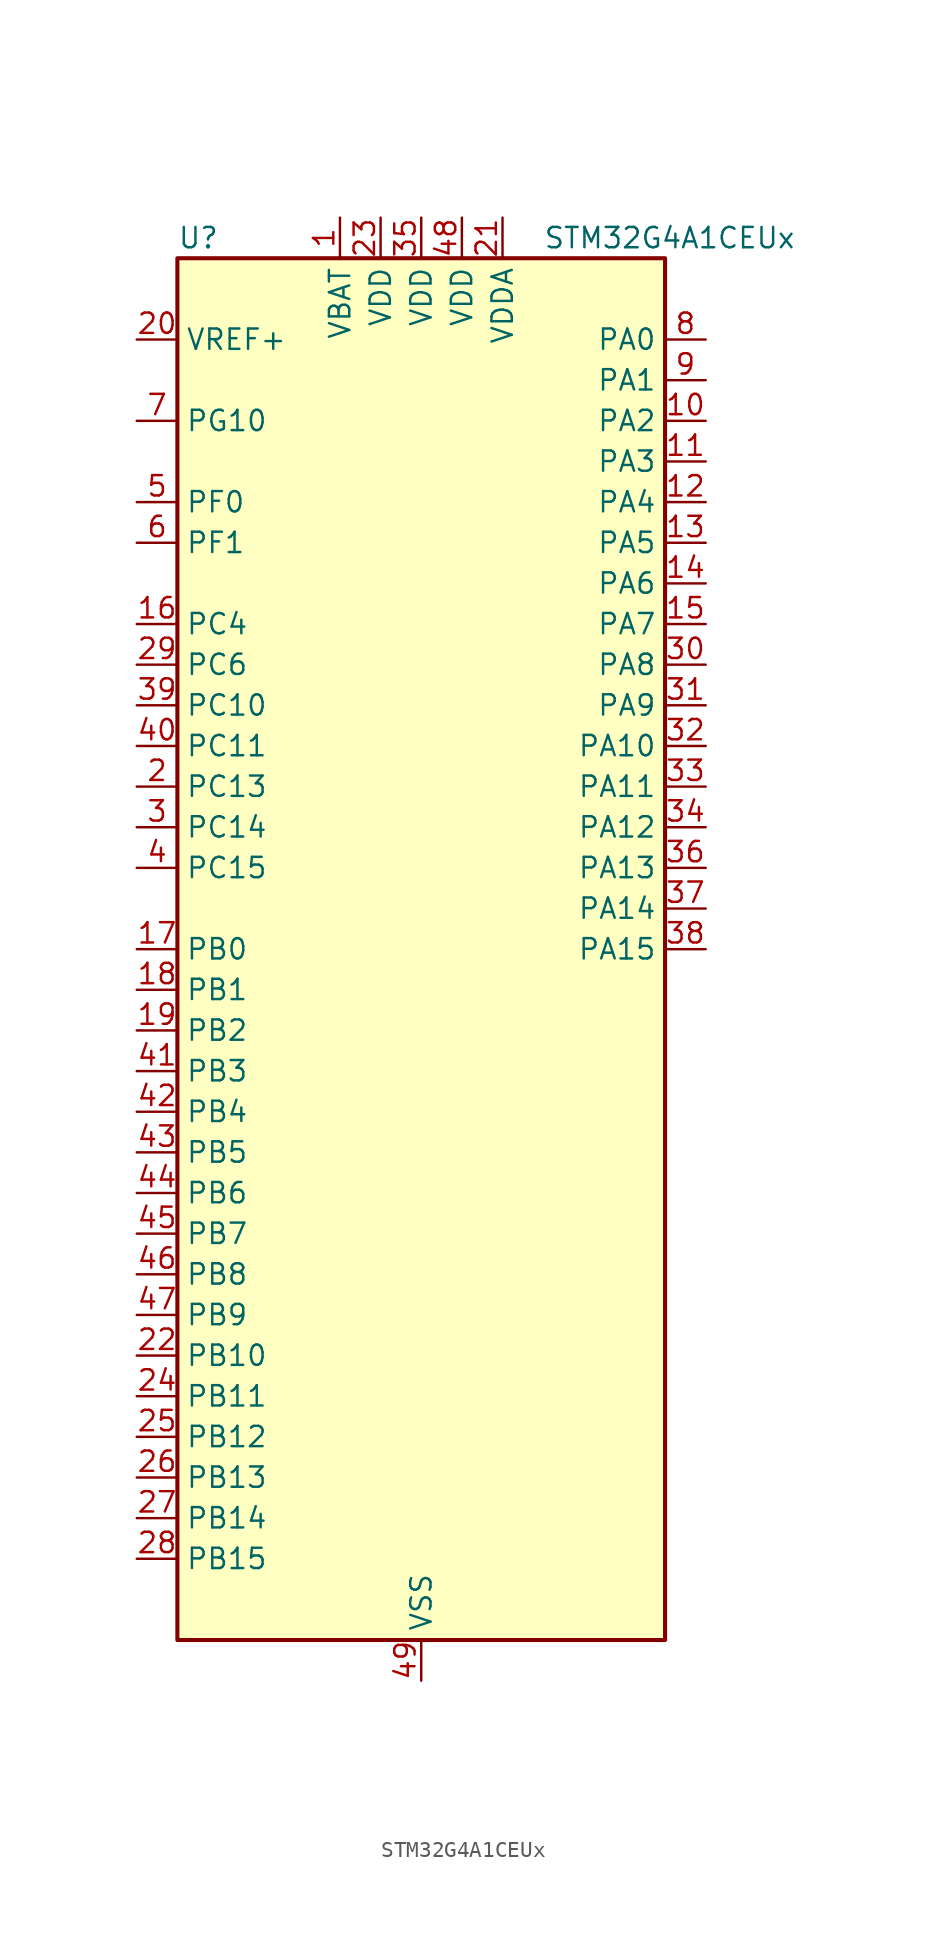
<source format=kicad_sym>
(kicad_symbol_lib
  (version 20241209)
  (generator "kicad_symbol_editor")
  (generator_version "9.0")
  (symbol "STM32G4A1CEUx"
    (property "Reference" "U"
      (at -15.24 44.45 0)
      (effects (font (size 1.27 1.27)) (justify left)))
    (property "Value" "STM32G4A1CEUx"
      (at 7.62 44.45 0)
      (effects (font (size 1.27 1.27)) (justify left)))
    (symbol "STM32G4A1CEUx_0_1"
      (rectangle (start -15.24 -43.18) (end 15.24 43.18) (stroke (width 0.254) (type default)) (fill (type background))))
    (symbol "STM32G4A1CEUx_1_1"
      (pin input line (at -17.78 38.1 0) (length 2.54) (name "VREF+" (effects (font (size 1.27 1.27)))) (number "20" (effects (font (size 1.27 1.27)))) (alternate "VREFBUF_OUT" bidirectional line))
      (pin bidirectional line (at -17.78 33.02 0) (length 2.54) (name "PG10" (effects (font (size 1.27 1.27)))) (number "7" (effects (font (size 1.27 1.27)))) (alternate "DAC1_EXTI10" bidirectional line) (alternate "DAC3_EXTI10" bidirectional line) (alternate "RCC_MCO" bidirectional line))
      (pin bidirectional line (at -17.78 27.94 0) (length 2.54) (name "PF0" (effects (font (size 1.27 1.27)))) (number "5" (effects (font (size 1.27 1.27)))) (alternate "ADC1_IN10" bidirectional line) (alternate "I2C2_SDA" bidirectional line) (alternate "I2S2_WS" bidirectional line) (alternate "RCC_OSC_IN" bidirectional line) (alternate "SPI2_NSS" bidirectional line) (alternate "TIM1_CH3N" bidirectional line))
      (pin bidirectional line (at -17.78 25.4 0) (length 2.54) (name "PF1" (effects (font (size 1.27 1.27)))) (number "6" (effects (font (size 1.27 1.27)))) (alternate "ADC2_IN10" bidirectional line) (alternate "COMP3_INM" bidirectional line) (alternate "I2S2_CK" bidirectional line) (alternate "RCC_OSC_OUT" bidirectional line) (alternate "SPI2_SCK" bidirectional line))
      (pin bidirectional line (at -17.78 20.32 0) (length 2.54) (name "PC4" (effects (font (size 1.27 1.27)))) (number "16" (effects (font (size 1.27 1.27)))) (alternate "ADC2_IN5" bidirectional line) (alternate "I2C2_SCL" bidirectional line) (alternate "QUADSPI1_BK2_IO3" bidirectional line) (alternate "TIM1_ETR" bidirectional line) (alternate "USART1_TX" bidirectional line))
      (pin bidirectional line (at -17.78 17.78 0) (length 2.54) (name "PC6" (effects (font (size 1.27 1.27)))) (number "29" (effects (font (size 1.27 1.27)))) (alternate "I2S2_MCK" bidirectional line) (alternate "TIM3_CH1" bidirectional line) (alternate "TIM8_CH1" bidirectional line))
      (pin bidirectional line (at -17.78 15.24 0) (length 2.54) (name "PC10" (effects (font (size 1.27 1.27)))) (number "39" (effects (font (size 1.27 1.27)))) (alternate "DAC1_EXTI10" bidirectional line) (alternate "DAC3_EXTI10" bidirectional line) (alternate "I2S3_CK" bidirectional line) (alternate "SPI3_SCK" bidirectional line) (alternate "TIM8_CH1N" bidirectional line) (alternate "USART3_TX" bidirectional line))
      (pin bidirectional line (at -17.78 12.7 0) (length 2.54) (name "PC11" (effects (font (size 1.27 1.27)))) (number "40" (effects (font (size 1.27 1.27)))) (alternate "ADC1_EXTI11" bidirectional line) (alternate "ADC2_EXTI11" bidirectional line) (alternate "I2C3_SDA" bidirectional line) (alternate "SPI3_MISO" bidirectional line) (alternate "TIM8_CH2N" bidirectional line) (alternate "USART3_RX" bidirectional line))
      (pin bidirectional line (at -17.78 10.16 0) (length 2.54) (name "PC13" (effects (font (size 1.27 1.27)))) (number "2" (effects (font (size 1.27 1.27)))) (alternate "RTC_OUT1" bidirectional line) (alternate "RTC_TAMP1" bidirectional line) (alternate "RTC_TS" bidirectional line) (alternate "SYS_WKUP2" bidirectional line) (alternate "TIM1_BKIN" bidirectional line) (alternate "TIM1_CH1N" bidirectional line) (alternate "TIM8_CH4N" bidirectional line))
      (pin bidirectional line (at -17.78 7.62 0) (length 2.54) (name "PC14" (effects (font (size 1.27 1.27)))) (number "3" (effects (font (size 1.27 1.27)))) (alternate "RCC_OSC32_IN" bidirectional line))
      (pin bidirectional line (at -17.78 5.08 0) (length 2.54) (name "PC15" (effects (font (size 1.27 1.27)))) (number "4" (effects (font (size 1.27 1.27)))) (alternate "ADC1_EXTI15" bidirectional line) (alternate "ADC2_EXTI15" bidirectional line) (alternate "RCC_OSC32_OUT" bidirectional line))
      (pin bidirectional line (at -17.78 0 0) (length 2.54) (name "PB0" (effects (font (size 1.27 1.27)))) (number "17" (effects (font (size 1.27 1.27)))) (alternate "ADC1_IN15" bidirectional line) (alternate "ADC3_IN12" bidirectional line) (alternate "COMP4_INP" bidirectional line) (alternate "OPAMP2_VINP" bidirectional line) (alternate "OPAMP2_VINP_SEC" bidirectional line) (alternate "OPAMP3_VINP" bidirectional line) (alternate "OPAMP3_VINP_SEC" bidirectional line) (alternate "QUADSPI1_BK1_IO1" bidirectional line) (alternate "TIM1_CH2N" bidirectional line) (alternate "TIM3_CH3" bidirectional line) (alternate "TIM8_CH2N" bidirectional line) (alternate "UCPD1_FRSTX1" bidirectional line) (alternate "UCPD1_FRSTX2" bidirectional line))
      (pin bidirectional line (at -17.78 -2.54 0) (length 2.54) (name "PB1" (effects (font (size 1.27 1.27)))) (number "18" (effects (font (size 1.27 1.27)))) (alternate "ADC1_IN12" bidirectional line) (alternate "ADC3_IN1" bidirectional line) (alternate "COMP1_INP" bidirectional line) (alternate "COMP4_OUT" bidirectional line) (alternate "LPUART1_DE" bidirectional line) (alternate "LPUART1_RTS" bidirectional line) (alternate "OPAMP3_VOUT" bidirectional line) (alternate "OPAMP6_VINM" bidirectional line) (alternate "OPAMP6_VINM1" bidirectional line) (alternate "OPAMP6_VINM_SEC" bidirectional line) (alternate "QUADSPI1_BK1_IO0" bidirectional line) (alternate "TIM1_CH3N" bidirectional line) (alternate "TIM3_CH4" bidirectional line) (alternate "TIM8_CH3N" bidirectional line))
      (pin bidirectional line (at -17.78 -5.08 0) (length 2.54) (name "PB2" (effects (font (size 1.27 1.27)))) (number "19" (effects (font (size 1.27 1.27)))) (alternate "ADC2_IN12" bidirectional line) (alternate "ADC3_EXTI2" bidirectional line) (alternate "COMP4_INM" bidirectional line) (alternate "I2C3_SMBA" bidirectional line) (alternate "LPTIM1_OUT" bidirectional line) (alternate "OPAMP3_VINM" bidirectional line) (alternate "OPAMP3_VINM0" bidirectional line) (alternate "OPAMP3_VINM_SEC" bidirectional line) (alternate "QUADSPI1_BK2_IO1" bidirectional line) (alternate "RTC_OUT2" bidirectional line) (alternate "TIM20_CH1" bidirectional line))
      (pin bidirectional line (at -17.78 -7.62 0) (length 2.54) (name "PB3" (effects (font (size 1.27 1.27)))) (number "41" (effects (font (size 1.27 1.27)))) (alternate "ADC3_EXTI3" bidirectional line) (alternate "CRS_SYNC" bidirectional line) (alternate "I2S3_CK" bidirectional line) (alternate "SAI1_SCK_B" bidirectional line) (alternate "SPI1_SCK" bidirectional line) (alternate "SPI3_SCK" bidirectional line) (alternate "SYS_JTDO-SWO" bidirectional line) (alternate "TIM2_CH2" bidirectional line) (alternate "TIM3_ETR" bidirectional line) (alternate "TIM4_ETR" bidirectional line) (alternate "TIM8_CH1N" bidirectional line) (alternate "USART2_TX" bidirectional line))
      (pin bidirectional line (at -17.78 -10.16 0) (length 2.54) (name "PB4" (effects (font (size 1.27 1.27)))) (number "42" (effects (font (size 1.27 1.27)))) (alternate "SAI1_MCLK_B" bidirectional line) (alternate "SPI1_MISO" bidirectional line) (alternate "SPI3_MISO" bidirectional line) (alternate "SYS_JTRST" bidirectional line) (alternate "TIM16_CH1" bidirectional line) (alternate "TIM17_BKIN" bidirectional line) (alternate "TIM3_CH1" bidirectional line) (alternate "TIM8_CH2N" bidirectional line) (alternate "UCPD1_CC2" bidirectional line) (alternate "USART2_RX" bidirectional line))
      (pin bidirectional line (at -17.78 -12.7 0) (length 2.54) (name "PB5" (effects (font (size 1.27 1.27)))) (number "43" (effects (font (size 1.27 1.27)))) (alternate "FDCAN2_RX" bidirectional line) (alternate "I2C1_SMBA" bidirectional line) (alternate "I2C3_SDA" bidirectional line) (alternate "I2S3_SD" bidirectional line) (alternate "LPTIM1_IN1" bidirectional line) (alternate "SAI1_SD_B" bidirectional line) (alternate "SPI1_MOSI" bidirectional line) (alternate "SPI3_MOSI" bidirectional line) (alternate "TIM16_BKIN" bidirectional line) (alternate "TIM17_CH1" bidirectional line) (alternate "TIM3_CH2" bidirectional line) (alternate "TIM8_CH3N" bidirectional line) (alternate "USART2_CK" bidirectional line))
      (pin bidirectional line (at -17.78 -15.24 0) (length 2.54) (name "PB6" (effects (font (size 1.27 1.27)))) (number "44" (effects (font (size 1.27 1.27)))) (alternate "COMP4_OUT" bidirectional line) (alternate "FDCAN2_TX" bidirectional line) (alternate "LPTIM1_ETR" bidirectional line) (alternate "SAI1_FS_B" bidirectional line) (alternate "TIM16_CH1N" bidirectional line) (alternate "TIM4_CH1" bidirectional line) (alternate "TIM8_BKIN2" bidirectional line) (alternate "TIM8_CH1" bidirectional line) (alternate "TIM8_ETR" bidirectional line) (alternate "UCPD1_CC1" bidirectional line) (alternate "USART1_TX" bidirectional line))
      (pin bidirectional line (at -17.78 -17.78 0) (length 2.54) (name "PB7" (effects (font (size 1.27 1.27)))) (number "45" (effects (font (size 1.27 1.27)))) (alternate "COMP3_OUT" bidirectional line) (alternate "I2C1_SDA" bidirectional line) (alternate "LPTIM1_IN2" bidirectional line) (alternate "SYS_PVD_IN" bidirectional line) (alternate "TIM17_CH1N" bidirectional line) (alternate "TIM3_CH4" bidirectional line) (alternate "TIM4_CH2" bidirectional line) (alternate "TIM8_BKIN" bidirectional line) (alternate "USART1_RX" bidirectional line))
      (pin bidirectional line (at -17.78 -20.32 0) (length 2.54) (name "PB8" (effects (font (size 1.27 1.27)))) (number "46" (effects (font (size 1.27 1.27)))) (alternate "COMP1_OUT" bidirectional line) (alternate "FDCAN1_RX" bidirectional line) (alternate "I2C1_SCL" bidirectional line) (alternate "SAI1_CK1" bidirectional line) (alternate "SAI1_MCLK_A" bidirectional line) (alternate "TIM16_CH1" bidirectional line) (alternate "TIM1_BKIN" bidirectional line) (alternate "TIM4_CH3" bidirectional line) (alternate "TIM8_CH2" bidirectional line) (alternate "USART3_RX" bidirectional line))
      (pin bidirectional line (at -17.78 -22.86 0) (length 2.54) (name "PB9" (effects (font (size 1.27 1.27)))) (number "47" (effects (font (size 1.27 1.27)))) (alternate "COMP2_OUT" bidirectional line) (alternate "DAC1_EXTI9" bidirectional line) (alternate "DAC3_EXTI9" bidirectional line) (alternate "FDCAN1_TX" bidirectional line) (alternate "I2C1_SDA" bidirectional line) (alternate "IR_OUT" bidirectional line) (alternate "SAI1_D2" bidirectional line) (alternate "SAI1_FS_A" bidirectional line) (alternate "TIM17_CH1" bidirectional line) (alternate "TIM1_CH3N" bidirectional line) (alternate "TIM4_CH4" bidirectional line) (alternate "TIM8_CH3" bidirectional line) (alternate "USART3_TX" bidirectional line))
      (pin bidirectional line (at -17.78 -25.4 0) (length 2.54) (name "PB10" (effects (font (size 1.27 1.27)))) (number "22" (effects (font (size 1.27 1.27)))) (alternate "DAC1_EXTI10" bidirectional line) (alternate "DAC3_EXTI10" bidirectional line) (alternate "LPUART1_RX" bidirectional line) (alternate "OPAMP3_VINM" bidirectional line) (alternate "OPAMP3_VINM1" bidirectional line) (alternate "OPAMP3_VINM_SEC" bidirectional line) (alternate "QUADSPI1_CLK" bidirectional line) (alternate "SAI1_SCK_A" bidirectional line) (alternate "TIM1_BKIN" bidirectional line) (alternate "TIM2_CH3" bidirectional line) (alternate "USART3_TX" bidirectional line))
      (pin bidirectional line (at -17.78 -27.94 0) (length 2.54) (name "PB11" (effects (font (size 1.27 1.27)))) (number "24" (effects (font (size 1.27 1.27)))) (alternate "ADC1_EXTI11" bidirectional line) (alternate "ADC1_IN14" bidirectional line) (alternate "ADC2_EXTI11" bidirectional line) (alternate "ADC2_IN14" bidirectional line) (alternate "LPUART1_TX" bidirectional line) (alternate "OPAMP6_VOUT" bidirectional line) (alternate "QUADSPI1_BK1_NCS" bidirectional line) (alternate "TIM2_CH4" bidirectional line) (alternate "USART3_RX" bidirectional line))
      (pin bidirectional line (at -17.78 -30.48 0) (length 2.54) (name "PB12" (effects (font (size 1.27 1.27)))) (number "25" (effects (font (size 1.27 1.27)))) (alternate "ADC1_IN11" bidirectional line) (alternate "FDCAN2_RX" bidirectional line) (alternate "I2C2_SMBA" bidirectional line) (alternate "I2S2_WS" bidirectional line) (alternate "LPUART1_DE" bidirectional line) (alternate "LPUART1_RTS" bidirectional line) (alternate "OPAMP6_VINP" bidirectional line) (alternate "OPAMP6_VINP_SEC" bidirectional line) (alternate "SPI2_NSS" bidirectional line) (alternate "TIM1_BKIN" bidirectional line) (alternate "USART3_CK" bidirectional line))
      (pin bidirectional line (at -17.78 -33.02 0) (length 2.54) (name "PB13" (effects (font (size 1.27 1.27)))) (number "26" (effects (font (size 1.27 1.27)))) (alternate "ADC3_IN5" bidirectional line) (alternate "FDCAN2_TX" bidirectional line) (alternate "I2S2_CK" bidirectional line) (alternate "LPUART1_CTS" bidirectional line) (alternate "OPAMP3_VINP" bidirectional line) (alternate "OPAMP3_VINP_SEC" bidirectional line) (alternate "OPAMP6_VINP" bidirectional line) (alternate "OPAMP6_VINP_SEC" bidirectional line) (alternate "SPI2_SCK" bidirectional line) (alternate "TIM1_CH1N" bidirectional line) (alternate "USART3_CTS" bidirectional line) (alternate "USART3_NSS" bidirectional line))
      (pin bidirectional line (at -17.78 -35.56 0) (length 2.54) (name "PB14" (effects (font (size 1.27 1.27)))) (number "27" (effects (font (size 1.27 1.27)))) (alternate "ADC1_IN5" bidirectional line) (alternate "COMP4_OUT" bidirectional line) (alternate "OPAMP2_VINP" bidirectional line) (alternate "OPAMP2_VINP_SEC" bidirectional line) (alternate "SPI2_MISO" bidirectional line) (alternate "TIM15_CH1" bidirectional line) (alternate "TIM1_CH2N" bidirectional line) (alternate "USART3_DE" bidirectional line) (alternate "USART3_RTS" bidirectional line))
      (pin bidirectional line (at -17.78 -38.1 0) (length 2.54) (name "PB15" (effects (font (size 1.27 1.27)))) (number "28" (effects (font (size 1.27 1.27)))) (alternate "ADC1_EXTI15" bidirectional line) (alternate "ADC2_EXTI15" bidirectional line) (alternate "ADC2_IN15" bidirectional line) (alternate "COMP3_OUT" bidirectional line) (alternate "I2S2_SD" bidirectional line) (alternate "RTC_REFIN" bidirectional line) (alternate "SPI2_MOSI" bidirectional line) (alternate "TIM15_CH1N" bidirectional line) (alternate "TIM15_CH2" bidirectional line) (alternate "TIM1_CH3N" bidirectional line))
      (pin power_in line (at -5.08 45.72 270) (length 2.54) (name "VBAT" (effects (font (size 1.27 1.27)))) (number "1" (effects (font (size 1.27 1.27)))))
      (pin power_in line (at -2.54 45.72 270) (length 2.54) (name "VDD" (effects (font (size 1.27 1.27)))) (number "23" (effects (font (size 1.27 1.27)))))
      (pin power_in line (at 0 45.72 270) (length 2.54) (name "VDD" (effects (font (size 1.27 1.27)))) (number "35" (effects (font (size 1.27 1.27)))))
      (pin power_in line (at 0 -45.72 90) (length 2.54) (name "VSS" (effects (font (size 1.27 1.27)))) (number "49" (effects (font (size 1.27 1.27)))))
      (pin power_in line (at 2.54 45.72 270) (length 2.54) (name "VDD" (effects (font (size 1.27 1.27)))) (number "48" (effects (font (size 1.27 1.27)))))
      (pin power_in line (at 5.08 45.72 270) (length 2.54) (name "VDDA" (effects (font (size 1.27 1.27)))) (number "21" (effects (font (size 1.27 1.27)))))
      (pin bidirectional line (at 17.78 38.1 180) (length 2.54) (name "PA0" (effects (font (size 1.27 1.27)))) (number "8" (effects (font (size 1.27 1.27)))) (alternate "ADC1_IN1" bidirectional line) (alternate "ADC2_IN1" bidirectional line) (alternate "COMP1_INM" bidirectional line) (alternate "COMP1_OUT" bidirectional line) (alternate "COMP3_INP" bidirectional line) (alternate "RTC_TAMP2" bidirectional line) (alternate "SYS_WKUP1" bidirectional line) (alternate "TIM2_CH1" bidirectional line) (alternate "TIM2_ETR" bidirectional line) (alternate "TIM8_BKIN" bidirectional line) (alternate "TIM8_ETR" bidirectional line) (alternate "USART2_CTS" bidirectional line) (alternate "USART2_NSS" bidirectional line))
      (pin bidirectional line (at 17.78 35.56 180) (length 2.54) (name "PA1" (effects (font (size 1.27 1.27)))) (number "9" (effects (font (size 1.27 1.27)))) (alternate "ADC1_IN2" bidirectional line) (alternate "ADC2_IN2" bidirectional line) (alternate "COMP1_INP" bidirectional line) (alternate "OPAMP1_VINP" bidirectional line) (alternate "OPAMP1_VINP_SEC" bidirectional line) (alternate "OPAMP3_VINP" bidirectional line) (alternate "OPAMP3_VINP_SEC" bidirectional line) (alternate "OPAMP6_VINM" bidirectional line) (alternate "OPAMP6_VINM0" bidirectional line) (alternate "OPAMP6_VINM_SEC" bidirectional line) (alternate "RTC_REFIN" bidirectional line) (alternate "TIM15_CH1N" bidirectional line) (alternate "TIM2_CH2" bidirectional line) (alternate "USART2_DE" bidirectional line) (alternate "USART2_RTS" bidirectional line))
      (pin bidirectional line (at 17.78 33.02 180) (length 2.54) (name "PA2" (effects (font (size 1.27 1.27)))) (number "10" (effects (font (size 1.27 1.27)))) (alternate "ADC1_IN3" bidirectional line) (alternate "ADC3_EXTI2" bidirectional line) (alternate "COMP2_INM" bidirectional line) (alternate "COMP2_OUT" bidirectional line) (alternate "LPUART1_TX" bidirectional line) (alternate "OPAMP1_VOUT" bidirectional line) (alternate "QUADSPI1_BK1_NCS" bidirectional line) (alternate "RCC_LSCO" bidirectional line) (alternate "SYS_WKUP4" bidirectional line) (alternate "TIM15_CH1" bidirectional line) (alternate "TIM2_CH3" bidirectional line) (alternate "UCPD1_FRSTX1" bidirectional line) (alternate "UCPD1_FRSTX2" bidirectional line) (alternate "USART2_TX" bidirectional line))
      (pin bidirectional line (at 17.78 30.48 180) (length 2.54) (name "PA3" (effects (font (size 1.27 1.27)))) (number "11" (effects (font (size 1.27 1.27)))) (alternate "ADC1_IN4" bidirectional line) (alternate "ADC3_EXTI3" bidirectional line) (alternate "COMP2_INP" bidirectional line) (alternate "LPUART1_RX" bidirectional line) (alternate "OPAMP1_VINM" bidirectional line) (alternate "OPAMP1_VINM0" bidirectional line) (alternate "OPAMP1_VINM_SEC" bidirectional line) (alternate "OPAMP1_VINP" bidirectional line) (alternate "OPAMP1_VINP_SEC" bidirectional line) (alternate "QUADSPI1_CLK" bidirectional line) (alternate "SAI1_CK1" bidirectional line) (alternate "SAI1_MCLK_A" bidirectional line) (alternate "TIM15_CH2" bidirectional line) (alternate "TIM2_CH4" bidirectional line) (alternate "USART2_RX" bidirectional line))
      (pin bidirectional line (at 17.78 27.94 180) (length 2.54) (name "PA4" (effects (font (size 1.27 1.27)))) (number "12" (effects (font (size 1.27 1.27)))) (alternate "ADC2_IN17" bidirectional line) (alternate "COMP1_INM" bidirectional line) (alternate "DAC1_OUT1" bidirectional line) (alternate "I2S3_WS" bidirectional line) (alternate "SAI1_FS_B" bidirectional line) (alternate "SPI1_NSS" bidirectional line) (alternate "SPI3_NSS" bidirectional line) (alternate "TIM3_CH2" bidirectional line) (alternate "USART2_CK" bidirectional line))
      (pin bidirectional line (at 17.78 25.4 180) (length 2.54) (name "PA5" (effects (font (size 1.27 1.27)))) (number "13" (effects (font (size 1.27 1.27)))) (alternate "ADC2_IN13" bidirectional line) (alternate "COMP2_INM" bidirectional line) (alternate "DAC1_OUT2" bidirectional line) (alternate "OPAMP2_VINM" bidirectional line) (alternate "OPAMP2_VINM0" bidirectional line) (alternate "OPAMP2_VINM_SEC" bidirectional line) (alternate "SPI1_SCK" bidirectional line) (alternate "TIM2_CH1" bidirectional line) (alternate "TIM2_ETR" bidirectional line) (alternate "UCPD1_FRSTX1" bidirectional line) (alternate "UCPD1_FRSTX2" bidirectional line))
      (pin bidirectional line (at 17.78 22.86 180) (length 2.54) (name "PA6" (effects (font (size 1.27 1.27)))) (number "14" (effects (font (size 1.27 1.27)))) (alternate "ADC2_IN3" bidirectional line) (alternate "COMP1_OUT" bidirectional line) (alternate "LPUART1_CTS" bidirectional line) (alternate "OPAMP2_VOUT" bidirectional line) (alternate "QUADSPI1_BK1_IO3" bidirectional line) (alternate "SPI1_MISO" bidirectional line) (alternate "TIM16_CH1" bidirectional line) (alternate "TIM1_BKIN" bidirectional line) (alternate "TIM3_CH1" bidirectional line) (alternate "TIM8_BKIN" bidirectional line))
      (pin bidirectional line (at 17.78 20.32 180) (length 2.54) (name "PA7" (effects (font (size 1.27 1.27)))) (number "15" (effects (font (size 1.27 1.27)))) (alternate "ADC2_IN4" bidirectional line) (alternate "COMP2_INP" bidirectional line) (alternate "COMP2_OUT" bidirectional line) (alternate "OPAMP1_VINP" bidirectional line) (alternate "OPAMP1_VINP_SEC" bidirectional line) (alternate "OPAMP2_VINP" bidirectional line) (alternate "OPAMP2_VINP_SEC" bidirectional line) (alternate "QUADSPI1_BK1_IO2" bidirectional line) (alternate "SPI1_MOSI" bidirectional line) (alternate "TIM17_CH1" bidirectional line) (alternate "TIM1_CH1N" bidirectional line) (alternate "TIM3_CH2" bidirectional line) (alternate "TIM8_CH1N" bidirectional line) (alternate "UCPD1_FRSTX1" bidirectional line) (alternate "UCPD1_FRSTX2" bidirectional line))
      (pin bidirectional line (at 17.78 17.78 180) (length 2.54) (name "PA8" (effects (font (size 1.27 1.27)))) (number "30" (effects (font (size 1.27 1.27)))) (alternate "I2C2_SDA" bidirectional line) (alternate "I2C3_SCL" bidirectional line) (alternate "I2S2_MCK" bidirectional line) (alternate "RCC_MCO" bidirectional line) (alternate "SAI1_CK2" bidirectional line) (alternate "SAI1_SCK_A" bidirectional line) (alternate "TIM1_CH1" bidirectional line) (alternate "TIM4_ETR" bidirectional line) (alternate "USART1_CK" bidirectional line))
      (pin bidirectional line (at 17.78 15.24 180) (length 2.54) (name "PA9" (effects (font (size 1.27 1.27)))) (number "31" (effects (font (size 1.27 1.27)))) (alternate "DAC1_EXTI9" bidirectional line) (alternate "DAC3_EXTI9" bidirectional line) (alternate "I2C2_SCL" bidirectional line) (alternate "I2C3_SMBA" bidirectional line) (alternate "I2S3_MCK" bidirectional line) (alternate "SAI1_FS_A" bidirectional line) (alternate "TIM15_BKIN" bidirectional line) (alternate "TIM1_CH2" bidirectional line) (alternate "TIM2_CH3" bidirectional line) (alternate "UCPD1_DBCC1" bidirectional line) (alternate "USART1_TX" bidirectional line))
      (pin bidirectional line (at 17.78 12.7 180) (length 2.54) (name "PA10" (effects (font (size 1.27 1.27)))) (number "32" (effects (font (size 1.27 1.27)))) (alternate "CRS_SYNC" bidirectional line) (alternate "DAC1_EXTI10" bidirectional line) (alternate "DAC3_EXTI10" bidirectional line) (alternate "I2C2_SMBA" bidirectional line) (alternate "SAI1_D1" bidirectional line) (alternate "SAI1_SD_A" bidirectional line) (alternate "SPI2_MISO" bidirectional line) (alternate "TIM17_BKIN" bidirectional line) (alternate "TIM1_CH3" bidirectional line) (alternate "TIM2_CH4" bidirectional line) (alternate "TIM8_BKIN" bidirectional line) (alternate "UCPD1_DBCC2" bidirectional line) (alternate "USART1_RX" bidirectional line))
      (pin bidirectional line (at 17.78 10.16 180) (length 2.54) (name "PA11" (effects (font (size 1.27 1.27)))) (number "33" (effects (font (size 1.27 1.27)))) (alternate "ADC1_EXTI11" bidirectional line) (alternate "ADC2_EXTI11" bidirectional line) (alternate "COMP1_OUT" bidirectional line) (alternate "FDCAN1_RX" bidirectional line) (alternate "I2S2_SD" bidirectional line) (alternate "SPI2_MOSI" bidirectional line) (alternate "TIM1_BKIN2" bidirectional line) (alternate "TIM1_CH1N" bidirectional line) (alternate "TIM1_CH4" bidirectional line) (alternate "TIM4_CH1" bidirectional line) (alternate "USART1_CTS" bidirectional line) (alternate "USART1_NSS" bidirectional line) (alternate "USB_DM" bidirectional line))
      (pin bidirectional line (at 17.78 7.62 180) (length 2.54) (name "PA12" (effects (font (size 1.27 1.27)))) (number "34" (effects (font (size 1.27 1.27)))) (alternate "COMP2_OUT" bidirectional line) (alternate "FDCAN1_TX" bidirectional line) (alternate "I2S_CKIN" bidirectional line) (alternate "TIM16_CH1" bidirectional line) (alternate "TIM1_CH2N" bidirectional line) (alternate "TIM1_ETR" bidirectional line) (alternate "TIM4_CH2" bidirectional line) (alternate "USART1_DE" bidirectional line) (alternate "USART1_RTS" bidirectional line) (alternate "USB_DP" bidirectional line))
      (pin bidirectional line (at 17.78 5.08 180) (length 2.54) (name "PA13" (effects (font (size 1.27 1.27)))) (number "36" (effects (font (size 1.27 1.27)))) (alternate "I2C1_SCL" bidirectional line) (alternate "IR_OUT" bidirectional line) (alternate "SAI1_SD_B" bidirectional line) (alternate "SYS_JTMS-SWDIO" bidirectional line) (alternate "TIM16_CH1N" bidirectional line) (alternate "TIM4_CH3" bidirectional line) (alternate "USART3_CTS" bidirectional line) (alternate "USART3_NSS" bidirectional line))
      (pin bidirectional line (at 17.78 2.54 180) (length 2.54) (name "PA14" (effects (font (size 1.27 1.27)))) (number "37" (effects (font (size 1.27 1.27)))) (alternate "I2C1_SDA" bidirectional line) (alternate "LPTIM1_OUT" bidirectional line) (alternate "SAI1_FS_B" bidirectional line) (alternate "SYS_JTCK-SWCLK" bidirectional line) (alternate "TIM1_BKIN" bidirectional line) (alternate "TIM8_CH2" bidirectional line) (alternate "USART2_TX" bidirectional line))
      (pin bidirectional line (at 17.78 0 180) (length 2.54) (name "PA15" (effects (font (size 1.27 1.27)))) (number "38" (effects (font (size 1.27 1.27)))) (alternate "ADC1_EXTI15" bidirectional line) (alternate "ADC2_EXTI15" bidirectional line) (alternate "I2C1_SCL" bidirectional line) (alternate "I2S3_WS" bidirectional line) (alternate "SPI1_NSS" bidirectional line) (alternate "SPI3_NSS" bidirectional line) (alternate "SYS_JTDI" bidirectional line) (alternate "TIM1_BKIN" bidirectional line) (alternate "TIM20_ETR" bidirectional line) (alternate "TIM2_CH1" bidirectional line) (alternate "TIM2_ETR" bidirectional line) (alternate "TIM8_CH1" bidirectional line) (alternate "USART2_RX" bidirectional line)))))
</source>
